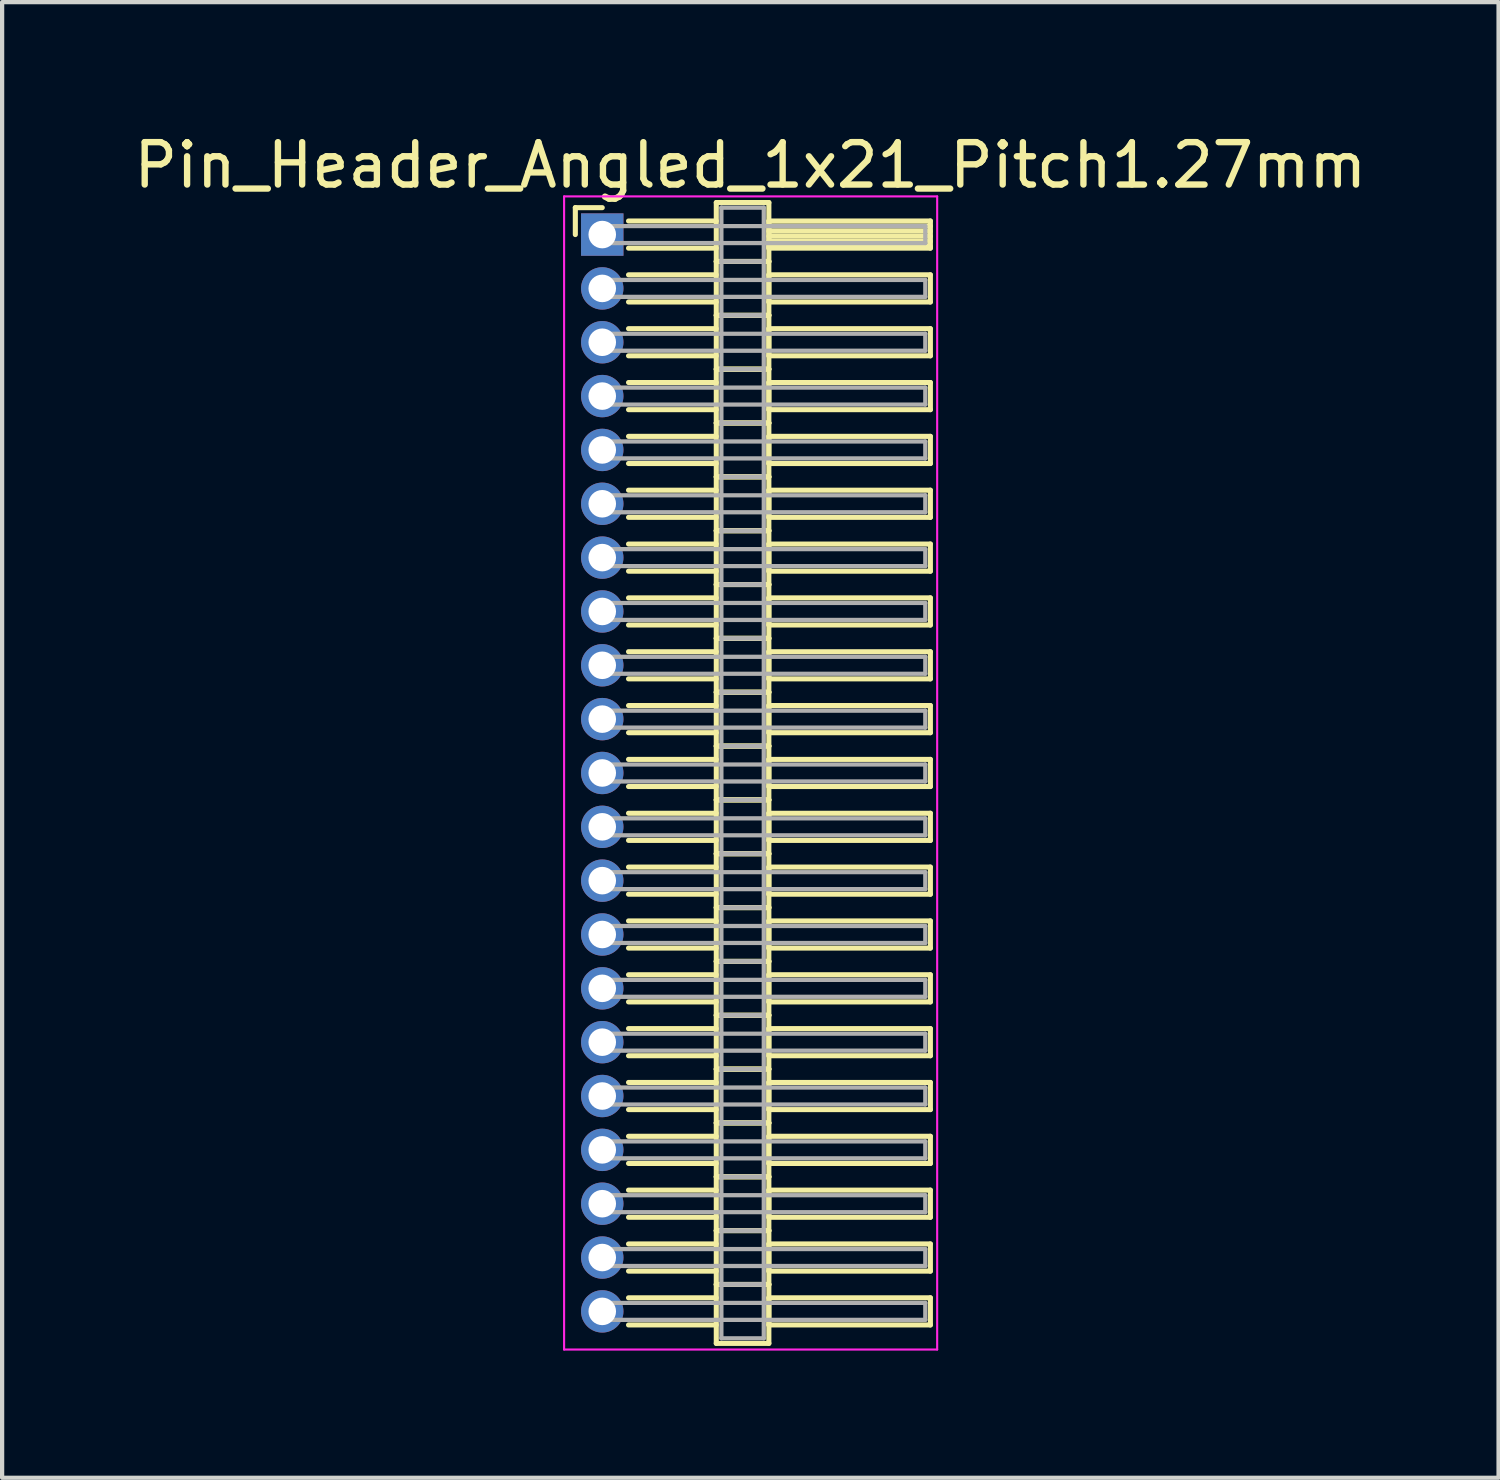
<source format=kicad_pcb>
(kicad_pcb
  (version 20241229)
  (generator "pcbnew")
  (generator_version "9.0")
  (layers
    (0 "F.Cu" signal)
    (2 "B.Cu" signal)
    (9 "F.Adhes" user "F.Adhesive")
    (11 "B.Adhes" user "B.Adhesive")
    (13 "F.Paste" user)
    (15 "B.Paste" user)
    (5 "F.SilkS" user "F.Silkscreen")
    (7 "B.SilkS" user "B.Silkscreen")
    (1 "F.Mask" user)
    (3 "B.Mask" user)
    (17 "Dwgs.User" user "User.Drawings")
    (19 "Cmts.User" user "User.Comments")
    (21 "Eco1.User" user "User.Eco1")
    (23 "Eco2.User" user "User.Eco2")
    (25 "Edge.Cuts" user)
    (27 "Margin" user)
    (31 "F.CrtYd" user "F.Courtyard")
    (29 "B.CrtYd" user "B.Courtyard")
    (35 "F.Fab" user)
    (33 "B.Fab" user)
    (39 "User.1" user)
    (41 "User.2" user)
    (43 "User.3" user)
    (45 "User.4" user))
  (footprint "Pin_Header_Angled_1x21_Pitch1.27mm"
    (layer "F.Cu")
    (at 11.156 2.483)
    (property "Reference" "Pin_Header_Angled_1x21_Pitch1.27mm" (at 3.493 -1.635 0) (layer "F.SilkS") (effects (font (size 1 1) (thickness 0.15))))
    (attr through_hole)
    (fp_line (start -0.635 -0.635) (end 0 -0.635) (stroke (width 0.12) (type solid)) (layer "F.SilkS"))
    (fp_line (start -0.635 0) (end -0.635 -0.635) (stroke (width 0.12) (type solid)) (layer "F.SilkS"))
    (fp_line (start 0.62 -0.32) (end 2.69 -0.32) (stroke (width 0.12) (type solid)) (layer "F.SilkS"))
    (fp_line (start 0.62 0.32) (end 2.69 0.32) (stroke (width 0.12) (type solid)) (layer "F.SilkS"))
    (fp_line (start 0.62 0.95) (end 2.69 0.95) (stroke (width 0.12) (type solid)) (layer "F.SilkS"))
    (fp_line (start 0.62 1.59) (end 2.69 1.59) (stroke (width 0.12) (type solid)) (layer "F.SilkS"))
    (fp_line (start 0.62 2.22) (end 2.69 2.22) (stroke (width 0.12) (type solid)) (layer "F.SilkS"))
    (fp_line (start 0.62 2.86) (end 2.69 2.86) (stroke (width 0.12) (type solid)) (layer "F.SilkS"))
    (fp_line (start 0.62 3.49) (end 2.69 3.49) (stroke (width 0.12) (type solid)) (layer "F.SilkS"))
    (fp_line (start 0.62 4.13) (end 2.69 4.13) (stroke (width 0.12) (type solid)) (layer "F.SilkS"))
    (fp_line (start 0.62 4.76) (end 2.69 4.76) (stroke (width 0.12) (type solid)) (layer "F.SilkS"))
    (fp_line (start 0.62 5.4) (end 2.69 5.4) (stroke (width 0.12) (type solid)) (layer "F.SilkS"))
    (fp_line (start 0.62 6.03) (end 2.69 6.03) (stroke (width 0.12) (type solid)) (layer "F.SilkS"))
    (fp_line (start 0.62 6.67) (end 2.69 6.67) (stroke (width 0.12) (type solid)) (layer "F.SilkS"))
    (fp_line (start 0.62 7.3) (end 2.69 7.3) (stroke (width 0.12) (type solid)) (layer "F.SilkS"))
    (fp_line (start 0.62 7.94) (end 2.69 7.94) (stroke (width 0.12) (type solid)) (layer "F.SilkS"))
    (fp_line (start 0.62 8.57) (end 2.69 8.57) (stroke (width 0.12) (type solid)) (layer "F.SilkS"))
    (fp_line (start 0.62 9.21) (end 2.69 9.21) (stroke (width 0.12) (type solid)) (layer "F.SilkS"))
    (fp_line (start 0.62 9.84) (end 2.69 9.84) (stroke (width 0.12) (type solid)) (layer "F.SilkS"))
    (fp_line (start 0.62 10.48) (end 2.69 10.48) (stroke (width 0.12) (type solid)) (layer "F.SilkS"))
    (fp_line (start 0.62 11.11) (end 2.69 11.11) (stroke (width 0.12) (type solid)) (layer "F.SilkS"))
    (fp_line (start 0.62 11.75) (end 2.69 11.75) (stroke (width 0.12) (type solid)) (layer "F.SilkS"))
    (fp_line (start 0.62 12.38) (end 2.69 12.38) (stroke (width 0.12) (type solid)) (layer "F.SilkS"))
    (fp_line (start 0.62 13.02) (end 2.69 13.02) (stroke (width 0.12) (type solid)) (layer "F.SilkS"))
    (fp_line (start 0.62 13.65) (end 2.69 13.65) (stroke (width 0.12) (type solid)) (layer "F.SilkS"))
    (fp_line (start 0.62 14.29) (end 2.69 14.29) (stroke (width 0.12) (type solid)) (layer "F.SilkS"))
    (fp_line (start 0.62 14.92) (end 2.69 14.92) (stroke (width 0.12) (type solid)) (layer "F.SilkS"))
    (fp_line (start 0.62 15.56) (end 2.69 15.56) (stroke (width 0.12) (type solid)) (layer "F.SilkS"))
    (fp_line (start 0.62 16.19) (end 2.69 16.19) (stroke (width 0.12) (type solid)) (layer "F.SilkS"))
    (fp_line (start 0.62 16.83) (end 2.69 16.83) (stroke (width 0.12) (type solid)) (layer "F.SilkS"))
    (fp_line (start 0.62 17.46) (end 2.69 17.46) (stroke (width 0.12) (type solid)) (layer "F.SilkS"))
    (fp_line (start 0.62 18.1) (end 2.69 18.1) (stroke (width 0.12) (type solid)) (layer "F.SilkS"))
    (fp_line (start 0.62 18.73) (end 2.69 18.73) (stroke (width 0.12) (type solid)) (layer "F.SilkS"))
    (fp_line (start 0.62 19.37) (end 2.69 19.37) (stroke (width 0.12) (type solid)) (layer "F.SilkS"))
    (fp_line (start 0.62 20) (end 2.69 20) (stroke (width 0.12) (type solid)) (layer "F.SilkS"))
    (fp_line (start 0.62 20.64) (end 2.69 20.64) (stroke (width 0.12) (type solid)) (layer "F.SilkS"))
    (fp_line (start 0.62 21.27) (end 2.69 21.27) (stroke (width 0.12) (type solid)) (layer "F.SilkS"))
    (fp_line (start 0.62 21.91) (end 2.69 21.91) (stroke (width 0.12) (type solid)) (layer "F.SilkS"))
    (fp_line (start 0.62 22.54) (end 2.69 22.54) (stroke (width 0.12) (type solid)) (layer "F.SilkS"))
    (fp_line (start 0.62 23.18) (end 2.69 23.18) (stroke (width 0.12) (type solid)) (layer "F.SilkS"))
    (fp_line (start 0.62 23.81) (end 2.69 23.81) (stroke (width 0.12) (type solid)) (layer "F.SilkS"))
    (fp_line (start 0.62 24.45) (end 2.69 24.45) (stroke (width 0.12) (type solid)) (layer "F.SilkS"))
    (fp_line (start 0.62 25.08) (end 2.69 25.08) (stroke (width 0.12) (type solid)) (layer "F.SilkS"))
    (fp_line (start 0.62 25.72) (end 2.69 25.72) (stroke (width 0.12) (type solid)) (layer "F.SilkS"))
    (fp_line (start 2.69 -0.755) (end 2.69 0.635) (stroke (width 0.12) (type solid)) (layer "F.SilkS"))
    (fp_line (start 2.69 0.635) (end 2.69 1.905) (stroke (width 0.12) (type solid)) (layer "F.SilkS"))
    (fp_line (start 2.69 0.635) (end 3.93 0.635) (stroke (width 0.12) (type solid)) (layer "F.SilkS"))
    (fp_line (start 2.69 1.905) (end 2.69 3.175) (stroke (width 0.12) (type solid)) (layer "F.SilkS"))
    (fp_line (start 2.69 1.905) (end 3.93 1.905) (stroke (width 0.12) (type solid)) (layer "F.SilkS"))
    (fp_line (start 2.69 3.175) (end 2.69 4.445) (stroke (width 0.12) (type solid)) (layer "F.SilkS"))
    (fp_line (start 2.69 3.175) (end 3.93 3.175) (stroke (width 0.12) (type solid)) (layer "F.SilkS"))
    (fp_line (start 2.69 4.445) (end 2.69 5.715) (stroke (width 0.12) (type solid)) (layer "F.SilkS"))
    (fp_line (start 2.69 4.445) (end 3.93 4.445) (stroke (width 0.12) (type solid)) (layer "F.SilkS"))
    (fp_line (start 2.69 5.715) (end 2.69 6.985) (stroke (width 0.12) (type solid)) (layer "F.SilkS"))
    (fp_line (start 2.69 5.715) (end 3.93 5.715) (stroke (width 0.12) (type solid)) (layer "F.SilkS"))
    (fp_line (start 2.69 6.985) (end 2.69 8.255) (stroke (width 0.12) (type solid)) (layer "F.SilkS"))
    (fp_line (start 2.69 6.985) (end 3.93 6.985) (stroke (width 0.12) (type solid)) (layer "F.SilkS"))
    (fp_line (start 2.69 8.255) (end 2.69 9.525) (stroke (width 0.12) (type solid)) (layer "F.SilkS"))
    (fp_line (start 2.69 8.255) (end 3.93 8.255) (stroke (width 0.12) (type solid)) (layer "F.SilkS"))
    (fp_line (start 2.69 9.525) (end 2.69 10.795) (stroke (width 0.12) (type solid)) (layer "F.SilkS"))
    (fp_line (start 2.69 9.525) (end 3.93 9.525) (stroke (width 0.12) (type solid)) (layer "F.SilkS"))
    (fp_line (start 2.69 10.795) (end 2.69 12.065) (stroke (width 0.12) (type solid)) (layer "F.SilkS"))
    (fp_line (start 2.69 10.795) (end 3.93 10.795) (stroke (width 0.12) (type solid)) (layer "F.SilkS"))
    (fp_line (start 2.69 12.065) (end 2.69 13.335) (stroke (width 0.12) (type solid)) (layer "F.SilkS"))
    (fp_line (start 2.69 12.065) (end 3.93 12.065) (stroke (width 0.12) (type solid)) (layer "F.SilkS"))
    (fp_line (start 2.69 13.335) (end 2.69 14.605) (stroke (width 0.12) (type solid)) (layer "F.SilkS"))
    (fp_line (start 2.69 13.335) (end 3.93 13.335) (stroke (width 0.12) (type solid)) (layer "F.SilkS"))
    (fp_line (start 2.69 14.605) (end 2.69 15.875) (stroke (width 0.12) (type solid)) (layer "F.SilkS"))
    (fp_line (start 2.69 14.605) (end 3.93 14.605) (stroke (width 0.12) (type solid)) (layer "F.SilkS"))
    (fp_line (start 2.69 15.875) (end 2.69 17.145) (stroke (width 0.12) (type solid)) (layer "F.SilkS"))
    (fp_line (start 2.69 15.875) (end 3.93 15.875) (stroke (width 0.12) (type solid)) (layer "F.SilkS"))
    (fp_line (start 2.69 17.145) (end 2.69 18.415) (stroke (width 0.12) (type solid)) (layer "F.SilkS"))
    (fp_line (start 2.69 17.145) (end 3.93 17.145) (stroke (width 0.12) (type solid)) (layer "F.SilkS"))
    (fp_line (start 2.69 18.415) (end 2.69 19.685) (stroke (width 0.12) (type solid)) (layer "F.SilkS"))
    (fp_line (start 2.69 18.415) (end 3.93 18.415) (stroke (width 0.12) (type solid)) (layer "F.SilkS"))
    (fp_line (start 2.69 19.685) (end 2.69 20.955) (stroke (width 0.12) (type solid)) (layer "F.SilkS"))
    (fp_line (start 2.69 19.685) (end 3.93 19.685) (stroke (width 0.12) (type solid)) (layer "F.SilkS"))
    (fp_line (start 2.69 20.955) (end 2.69 22.225) (stroke (width 0.12) (type solid)) (layer "F.SilkS"))
    (fp_line (start 2.69 20.955) (end 3.93 20.955) (stroke (width 0.12) (type solid)) (layer "F.SilkS"))
    (fp_line (start 2.69 22.225) (end 2.69 23.495) (stroke (width 0.12) (type solid)) (layer "F.SilkS"))
    (fp_line (start 2.69 22.225) (end 3.93 22.225) (stroke (width 0.12) (type solid)) (layer "F.SilkS"))
    (fp_line (start 2.69 23.495) (end 2.69 24.765) (stroke (width 0.12) (type solid)) (layer "F.SilkS"))
    (fp_line (start 2.69 23.495) (end 3.93 23.495) (stroke (width 0.12) (type solid)) (layer "F.SilkS"))
    (fp_line (start 2.69 24.765) (end 2.69 26.155) (stroke (width 0.12) (type solid)) (layer "F.SilkS"))
    (fp_line (start 2.69 24.765) (end 3.93 24.765) (stroke (width 0.12) (type solid)) (layer "F.SilkS"))
    (fp_line (start 2.69 26.155) (end 3.93 26.155) (stroke (width 0.12) (type solid)) (layer "F.SilkS"))
    (fp_line (start 3.93 -0.755) (end 2.69 -0.755) (stroke (width 0.12) (type solid)) (layer "F.SilkS"))
    (fp_line (start 3.93 -0.32) (end 3.93 0.32) (stroke (width 0.12) (type solid)) (layer "F.SilkS"))
    (fp_line (start 3.93 -0.2) (end 7.74 -0.2) (stroke (width 0.12) (type solid)) (layer "F.SilkS"))
    (fp_line (start 3.93 -0.08) (end 7.74 -0.08) (stroke (width 0.12) (type solid)) (layer "F.SilkS"))
    (fp_line (start 3.93 0.04) (end 7.74 0.04) (stroke (width 0.12) (type solid)) (layer "F.SilkS"))
    (fp_line (start 3.93 0.16) (end 7.74 0.16) (stroke (width 0.12) (type solid)) (layer "F.SilkS"))
    (fp_line (start 3.93 0.28) (end 7.74 0.28) (stroke (width 0.12) (type solid)) (layer "F.SilkS"))
    (fp_line (start 3.93 0.32) (end 7.74 0.32) (stroke (width 0.12) (type solid)) (layer "F.SilkS"))
    (fp_line (start 3.93 0.635) (end 2.69 0.635) (stroke (width 0.12) (type solid)) (layer "F.SilkS"))
    (fp_line (start 3.93 0.635) (end 3.93 -0.755) (stroke (width 0.12) (type solid)) (layer "F.SilkS"))
    (fp_line (start 3.93 0.95) (end 3.93 1.59) (stroke (width 0.12) (type solid)) (layer "F.SilkS"))
    (fp_line (start 3.93 1.59) (end 7.74 1.59) (stroke (width 0.12) (type solid)) (layer "F.SilkS"))
    (fp_line (start 3.93 1.905) (end 2.69 1.905) (stroke (width 0.12) (type solid)) (layer "F.SilkS"))
    (fp_line (start 3.93 1.905) (end 3.93 0.635) (stroke (width 0.12) (type solid)) (layer "F.SilkS"))
    (fp_line (start 3.93 2.22) (end 3.93 2.86) (stroke (width 0.12) (type solid)) (layer "F.SilkS"))
    (fp_line (start 3.93 2.86) (end 7.74 2.86) (stroke (width 0.12) (type solid)) (layer "F.SilkS"))
    (fp_line (start 3.93 3.175) (end 2.69 3.175) (stroke (width 0.12) (type solid)) (layer "F.SilkS"))
    (fp_line (start 3.93 3.175) (end 3.93 1.905) (stroke (width 0.12) (type solid)) (layer "F.SilkS"))
    (fp_line (start 3.93 3.49) (end 3.93 4.13) (stroke (width 0.12) (type solid)) (layer "F.SilkS"))
    (fp_line (start 3.93 4.13) (end 7.74 4.13) (stroke (width 0.12) (type solid)) (layer "F.SilkS"))
    (fp_line (start 3.93 4.445) (end 2.69 4.445) (stroke (width 0.12) (type solid)) (layer "F.SilkS"))
    (fp_line (start 3.93 4.445) (end 3.93 3.175) (stroke (width 0.12) (type solid)) (layer "F.SilkS"))
    (fp_line (start 3.93 4.76) (end 3.93 5.4) (stroke (width 0.12) (type solid)) (layer "F.SilkS"))
    (fp_line (start 3.93 5.4) (end 7.74 5.4) (stroke (width 0.12) (type solid)) (layer "F.SilkS"))
    (fp_line (start 3.93 5.715) (end 2.69 5.715) (stroke (width 0.12) (type solid)) (layer "F.SilkS"))
    (fp_line (start 3.93 5.715) (end 3.93 4.445) (stroke (width 0.12) (type solid)) (layer "F.SilkS"))
    (fp_line (start 3.93 6.03) (end 3.93 6.67) (stroke (width 0.12) (type solid)) (layer "F.SilkS"))
    (fp_line (start 3.93 6.67) (end 7.74 6.67) (stroke (width 0.12) (type solid)) (layer "F.SilkS"))
    (fp_line (start 3.93 6.985) (end 2.69 6.985) (stroke (width 0.12) (type solid)) (layer "F.SilkS"))
    (fp_line (start 3.93 6.985) (end 3.93 5.715) (stroke (width 0.12) (type solid)) (layer "F.SilkS"))
    (fp_line (start 3.93 7.3) (end 3.93 7.94) (stroke (width 0.12) (type solid)) (layer "F.SilkS"))
    (fp_line (start 3.93 7.94) (end 7.74 7.94) (stroke (width 0.12) (type solid)) (layer "F.SilkS"))
    (fp_line (start 3.93 8.255) (end 2.69 8.255) (stroke (width 0.12) (type solid)) (layer "F.SilkS"))
    (fp_line (start 3.93 8.255) (end 3.93 6.985) (stroke (width 0.12) (type solid)) (layer "F.SilkS"))
    (fp_line (start 3.93 8.57) (end 3.93 9.21) (stroke (width 0.12) (type solid)) (layer "F.SilkS"))
    (fp_line (start 3.93 9.21) (end 7.74 9.21) (stroke (width 0.12) (type solid)) (layer "F.SilkS"))
    (fp_line (start 3.93 9.525) (end 2.69 9.525) (stroke (width 0.12) (type solid)) (layer "F.SilkS"))
    (fp_line (start 3.93 9.525) (end 3.93 8.255) (stroke (width 0.12) (type solid)) (layer "F.SilkS"))
    (fp_line (start 3.93 9.84) (end 3.93 10.48) (stroke (width 0.12) (type solid)) (layer "F.SilkS"))
    (fp_line (start 3.93 10.48) (end 7.74 10.48) (stroke (width 0.12) (type solid)) (layer "F.SilkS"))
    (fp_line (start 3.93 10.795) (end 2.69 10.795) (stroke (width 0.12) (type solid)) (layer "F.SilkS"))
    (fp_line (start 3.93 10.795) (end 3.93 9.525) (stroke (width 0.12) (type solid)) (layer "F.SilkS"))
    (fp_line (start 3.93 11.11) (end 3.93 11.75) (stroke (width 0.12) (type solid)) (layer "F.SilkS"))
    (fp_line (start 3.93 11.75) (end 7.74 11.75) (stroke (width 0.12) (type solid)) (layer "F.SilkS"))
    (fp_line (start 3.93 12.065) (end 2.69 12.065) (stroke (width 0.12) (type solid)) (layer "F.SilkS"))
    (fp_line (start 3.93 12.065) (end 3.93 10.795) (stroke (width 0.12) (type solid)) (layer "F.SilkS"))
    (fp_line (start 3.93 12.38) (end 3.93 13.02) (stroke (width 0.12) (type solid)) (layer "F.SilkS"))
    (fp_line (start 3.93 13.02) (end 7.74 13.02) (stroke (width 0.12) (type solid)) (layer "F.SilkS"))
    (fp_line (start 3.93 13.335) (end 2.69 13.335) (stroke (width 0.12) (type solid)) (layer "F.SilkS"))
    (fp_line (start 3.93 13.335) (end 3.93 12.065) (stroke (width 0.12) (type solid)) (layer "F.SilkS"))
    (fp_line (start 3.93 13.65) (end 3.93 14.29) (stroke (width 0.12) (type solid)) (layer "F.SilkS"))
    (fp_line (start 3.93 14.29) (end 7.74 14.29) (stroke (width 0.12) (type solid)) (layer "F.SilkS"))
    (fp_line (start 3.93 14.605) (end 2.69 14.605) (stroke (width 0.12) (type solid)) (layer "F.SilkS"))
    (fp_line (start 3.93 14.605) (end 3.93 13.335) (stroke (width 0.12) (type solid)) (layer "F.SilkS"))
    (fp_line (start 3.93 14.92) (end 3.93 15.56) (stroke (width 0.12) (type solid)) (layer "F.SilkS"))
    (fp_line (start 3.93 15.56) (end 7.74 15.56) (stroke (width 0.12) (type solid)) (layer "F.SilkS"))
    (fp_line (start 3.93 15.875) (end 2.69 15.875) (stroke (width 0.12) (type solid)) (layer "F.SilkS"))
    (fp_line (start 3.93 15.875) (end 3.93 14.605) (stroke (width 0.12) (type solid)) (layer "F.SilkS"))
    (fp_line (start 3.93 16.19) (end 3.93 16.83) (stroke (width 0.12) (type solid)) (layer "F.SilkS"))
    (fp_line (start 3.93 16.83) (end 7.74 16.83) (stroke (width 0.12) (type solid)) (layer "F.SilkS"))
    (fp_line (start 3.93 17.145) (end 2.69 17.145) (stroke (width 0.12) (type solid)) (layer "F.SilkS"))
    (fp_line (start 3.93 17.145) (end 3.93 15.875) (stroke (width 0.12) (type solid)) (layer "F.SilkS"))
    (fp_line (start 3.93 17.46) (end 3.93 18.1) (stroke (width 0.12) (type solid)) (layer "F.SilkS"))
    (fp_line (start 3.93 18.1) (end 7.74 18.1) (stroke (width 0.12) (type solid)) (layer "F.SilkS"))
    (fp_line (start 3.93 18.415) (end 2.69 18.415) (stroke (width 0.12) (type solid)) (layer "F.SilkS"))
    (fp_line (start 3.93 18.415) (end 3.93 17.145) (stroke (width 0.12) (type solid)) (layer "F.SilkS"))
    (fp_line (start 3.93 18.73) (end 3.93 19.37) (stroke (width 0.12) (type solid)) (layer "F.SilkS"))
    (fp_line (start 3.93 19.37) (end 7.74 19.37) (stroke (width 0.12) (type solid)) (layer "F.SilkS"))
    (fp_line (start 3.93 19.685) (end 2.69 19.685) (stroke (width 0.12) (type solid)) (layer "F.SilkS"))
    (fp_line (start 3.93 19.685) (end 3.93 18.415) (stroke (width 0.12) (type solid)) (layer "F.SilkS"))
    (fp_line (start 3.93 20) (end 3.93 20.64) (stroke (width 0.12) (type solid)) (layer "F.SilkS"))
    (fp_line (start 3.93 20.64) (end 7.74 20.64) (stroke (width 0.12) (type solid)) (layer "F.SilkS"))
    (fp_line (start 3.93 20.955) (end 2.69 20.955) (stroke (width 0.12) (type solid)) (layer "F.SilkS"))
    (fp_line (start 3.93 20.955) (end 3.93 19.685) (stroke (width 0.12) (type solid)) (layer "F.SilkS"))
    (fp_line (start 3.93 21.27) (end 3.93 21.91) (stroke (width 0.12) (type solid)) (layer "F.SilkS"))
    (fp_line (start 3.93 21.91) (end 7.74 21.91) (stroke (width 0.12) (type solid)) (layer "F.SilkS"))
    (fp_line (start 3.93 22.225) (end 2.69 22.225) (stroke (width 0.12) (type solid)) (layer "F.SilkS"))
    (fp_line (start 3.93 22.225) (end 3.93 20.955) (stroke (width 0.12) (type solid)) (layer "F.SilkS"))
    (fp_line (start 3.93 22.54) (end 3.93 23.18) (stroke (width 0.12) (type solid)) (layer "F.SilkS"))
    (fp_line (start 3.93 23.18) (end 7.74 23.18) (stroke (width 0.12) (type solid)) (layer "F.SilkS"))
    (fp_line (start 3.93 23.495) (end 2.69 23.495) (stroke (width 0.12) (type solid)) (layer "F.SilkS"))
    (fp_line (start 3.93 23.495) (end 3.93 22.225) (stroke (width 0.12) (type solid)) (layer "F.SilkS"))
    (fp_line (start 3.93 23.81) (end 3.93 24.45) (stroke (width 0.12) (type solid)) (layer "F.SilkS"))
    (fp_line (start 3.93 24.45) (end 7.74 24.45) (stroke (width 0.12) (type solid)) (layer "F.SilkS"))
    (fp_line (start 3.93 24.765) (end 2.69 24.765) (stroke (width 0.12) (type solid)) (layer "F.SilkS"))
    (fp_line (start 3.93 24.765) (end 3.93 23.495) (stroke (width 0.12) (type solid)) (layer "F.SilkS"))
    (fp_line (start 3.93 25.08) (end 3.93 25.72) (stroke (width 0.12) (type solid)) (layer "F.SilkS"))
    (fp_line (start 3.93 25.72) (end 7.74 25.72) (stroke (width 0.12) (type solid)) (layer "F.SilkS"))
    (fp_line (start 3.93 26.155) (end 3.93 24.765) (stroke (width 0.12) (type solid)) (layer "F.SilkS"))
    (fp_line (start 7.74 -0.32) (end 3.93 -0.32) (stroke (width 0.12) (type solid)) (layer "F.SilkS"))
    (fp_line (start 7.74 0.32) (end 7.74 -0.32) (stroke (width 0.12) (type solid)) (layer "F.SilkS"))
    (fp_line (start 7.74 0.95) (end 3.93 0.95) (stroke (width 0.12) (type solid)) (layer "F.SilkS"))
    (fp_line (start 7.74 1.59) (end 7.74 0.95) (stroke (width 0.12) (type solid)) (layer "F.SilkS"))
    (fp_line (start 7.74 2.22) (end 3.93 2.22) (stroke (width 0.12) (type solid)) (layer "F.SilkS"))
    (fp_line (start 7.74 2.86) (end 7.74 2.22) (stroke (width 0.12) (type solid)) (layer "F.SilkS"))
    (fp_line (start 7.74 3.49) (end 3.93 3.49) (stroke (width 0.12) (type solid)) (layer "F.SilkS"))
    (fp_line (start 7.74 4.13) (end 7.74 3.49) (stroke (width 0.12) (type solid)) (layer "F.SilkS"))
    (fp_line (start 7.74 4.76) (end 3.93 4.76) (stroke (width 0.12) (type solid)) (layer "F.SilkS"))
    (fp_line (start 7.74 5.4) (end 7.74 4.76) (stroke (width 0.12) (type solid)) (layer "F.SilkS"))
    (fp_line (start 7.74 6.03) (end 3.93 6.03) (stroke (width 0.12) (type solid)) (layer "F.SilkS"))
    (fp_line (start 7.74 6.67) (end 7.74 6.03) (stroke (width 0.12) (type solid)) (layer "F.SilkS"))
    (fp_line (start 7.74 7.3) (end 3.93 7.3) (stroke (width 0.12) (type solid)) (layer "F.SilkS"))
    (fp_line (start 7.74 7.94) (end 7.74 7.3) (stroke (width 0.12) (type solid)) (layer "F.SilkS"))
    (fp_line (start 7.74 8.57) (end 3.93 8.57) (stroke (width 0.12) (type solid)) (layer "F.SilkS"))
    (fp_line (start 7.74 9.21) (end 7.74 8.57) (stroke (width 0.12) (type solid)) (layer "F.SilkS"))
    (fp_line (start 7.74 9.84) (end 3.93 9.84) (stroke (width 0.12) (type solid)) (layer "F.SilkS"))
    (fp_line (start 7.74 10.48) (end 7.74 9.84) (stroke (width 0.12) (type solid)) (layer "F.SilkS"))
    (fp_line (start 7.74 11.11) (end 3.93 11.11) (stroke (width 0.12) (type solid)) (layer "F.SilkS"))
    (fp_line (start 7.74 11.75) (end 7.74 11.11) (stroke (width 0.12) (type solid)) (layer "F.SilkS"))
    (fp_line (start 7.74 12.38) (end 3.93 12.38) (stroke (width 0.12) (type solid)) (layer "F.SilkS"))
    (fp_line (start 7.74 13.02) (end 7.74 12.38) (stroke (width 0.12) (type solid)) (layer "F.SilkS"))
    (fp_line (start 7.74 13.65) (end 3.93 13.65) (stroke (width 0.12) (type solid)) (layer "F.SilkS"))
    (fp_line (start 7.74 14.29) (end 7.74 13.65) (stroke (width 0.12) (type solid)) (layer "F.SilkS"))
    (fp_line (start 7.74 14.92) (end 3.93 14.92) (stroke (width 0.12) (type solid)) (layer "F.SilkS"))
    (fp_line (start 7.74 15.56) (end 7.74 14.92) (stroke (width 0.12) (type solid)) (layer "F.SilkS"))
    (fp_line (start 7.74 16.19) (end 3.93 16.19) (stroke (width 0.12) (type solid)) (layer "F.SilkS"))
    (fp_line (start 7.74 16.83) (end 7.74 16.19) (stroke (width 0.12) (type solid)) (layer "F.SilkS"))
    (fp_line (start 7.74 17.46) (end 3.93 17.46) (stroke (width 0.12) (type solid)) (layer "F.SilkS"))
    (fp_line (start 7.74 18.1) (end 7.74 17.46) (stroke (width 0.12) (type solid)) (layer "F.SilkS"))
    (fp_line (start 7.74 18.73) (end 3.93 18.73) (stroke (width 0.12) (type solid)) (layer "F.SilkS"))
    (fp_line (start 7.74 19.37) (end 7.74 18.73) (stroke (width 0.12) (type solid)) (layer "F.SilkS"))
    (fp_line (start 7.74 20) (end 3.93 20) (stroke (width 0.12) (type solid)) (layer "F.SilkS"))
    (fp_line (start 7.74 20.64) (end 7.74 20) (stroke (width 0.12) (type solid)) (layer "F.SilkS"))
    (fp_line (start 7.74 21.27) (end 3.93 21.27) (stroke (width 0.12) (type solid)) (layer "F.SilkS"))
    (fp_line (start 7.74 21.91) (end 7.74 21.27) (stroke (width 0.12) (type solid)) (layer "F.SilkS"))
    (fp_line (start 7.74 22.54) (end 3.93 22.54) (stroke (width 0.12) (type solid)) (layer "F.SilkS"))
    (fp_line (start 7.74 23.18) (end 7.74 22.54) (stroke (width 0.12) (type solid)) (layer "F.SilkS"))
    (fp_line (start 7.74 23.81) (end 3.93 23.81) (stroke (width 0.12) (type solid)) (layer "F.SilkS"))
    (fp_line (start 7.74 24.45) (end 7.74 23.81) (stroke (width 0.12) (type solid)) (layer "F.SilkS"))
    (fp_line (start 7.74 25.08) (end 3.93 25.08) (stroke (width 0.12) (type solid)) (layer "F.SilkS"))
    (fp_line (start 7.74 25.72) (end 7.74 25.08) (stroke (width 0.12) (type solid)) (layer "F.SilkS"))
    (fp_line (start -0.9 -0.9) (end -0.9 26.3) (stroke (width 0.05) (type solid)) (layer "F.CrtYd"))
    (fp_line (start -0.9 26.3) (end 7.9 26.3) (stroke (width 0.05) (type solid)) (layer "F.CrtYd"))
    (fp_line (start 7.9 -0.9) (end -0.9 -0.9) (stroke (width 0.05) (type solid)) (layer "F.CrtYd"))
    (fp_line (start 7.9 26.3) (end 7.9 -0.9) (stroke (width 0.05) (type solid)) (layer "F.CrtYd"))
    (fp_line (start 0 -0.2) (end 0 0.2) (stroke (width 0.1) (type solid)) (layer "F.Fab"))
    (fp_line (start 0 0.2) (end 7.62 0.2) (stroke (width 0.1) (type solid)) (layer "F.Fab"))
    (fp_line (start 0 1.07) (end 0 1.47) (stroke (width 0.1) (type solid)) (layer "F.Fab"))
    (fp_line (start 0 1.47) (end 7.62 1.47) (stroke (width 0.1) (type solid)) (layer "F.Fab"))
    (fp_line (start 0 2.34) (end 0 2.74) (stroke (width 0.1) (type solid)) (layer "F.Fab"))
    (fp_line (start 0 2.74) (end 7.62 2.74) (stroke (width 0.1) (type solid)) (layer "F.Fab"))
    (fp_line (start 0 3.61) (end 0 4.01) (stroke (width 0.1) (type solid)) (layer "F.Fab"))
    (fp_line (start 0 4.01) (end 7.62 4.01) (stroke (width 0.1) (type solid)) (layer "F.Fab"))
    (fp_line (start 0 4.88) (end 0 5.28) (stroke (width 0.1) (type solid)) (layer "F.Fab"))
    (fp_line (start 0 5.28) (end 7.62 5.28) (stroke (width 0.1) (type solid)) (layer "F.Fab"))
    (fp_line (start 0 6.15) (end 0 6.55) (stroke (width 0.1) (type solid)) (layer "F.Fab"))
    (fp_line (start 0 6.55) (end 7.62 6.55) (stroke (width 0.1) (type solid)) (layer "F.Fab"))
    (fp_line (start 0 7.42) (end 0 7.82) (stroke (width 0.1) (type solid)) (layer "F.Fab"))
    (fp_line (start 0 7.82) (end 7.62 7.82) (stroke (width 0.1) (type solid)) (layer "F.Fab"))
    (fp_line (start 0 8.69) (end 0 9.09) (stroke (width 0.1) (type solid)) (layer "F.Fab"))
    (fp_line (start 0 9.09) (end 7.62 9.09) (stroke (width 0.1) (type solid)) (layer "F.Fab"))
    (fp_line (start 0 9.96) (end 0 10.36) (stroke (width 0.1) (type solid)) (layer "F.Fab"))
    (fp_line (start 0 10.36) (end 7.62 10.36) (stroke (width 0.1) (type solid)) (layer "F.Fab"))
    (fp_line (start 0 11.23) (end 0 11.63) (stroke (width 0.1) (type solid)) (layer "F.Fab"))
    (fp_line (start 0 11.63) (end 7.62 11.63) (stroke (width 0.1) (type solid)) (layer "F.Fab"))
    (fp_line (start 0 12.5) (end 0 12.9) (stroke (width 0.1) (type solid)) (layer "F.Fab"))
    (fp_line (start 0 12.9) (end 7.62 12.9) (stroke (width 0.1) (type solid)) (layer "F.Fab"))
    (fp_line (start 0 13.77) (end 0 14.17) (stroke (width 0.1) (type solid)) (layer "F.Fab"))
    (fp_line (start 0 14.17) (end 7.62 14.17) (stroke (width 0.1) (type solid)) (layer "F.Fab"))
    (fp_line (start 0 15.04) (end 0 15.44) (stroke (width 0.1) (type solid)) (layer "F.Fab"))
    (fp_line (start 0 15.44) (end 7.62 15.44) (stroke (width 0.1) (type solid)) (layer "F.Fab"))
    (fp_line (start 0 16.31) (end 0 16.71) (stroke (width 0.1) (type solid)) (layer "F.Fab"))
    (fp_line (start 0 16.71) (end 7.62 16.71) (stroke (width 0.1) (type solid)) (layer "F.Fab"))
    (fp_line (start 0 17.58) (end 0 17.98) (stroke (width 0.1) (type solid)) (layer "F.Fab"))
    (fp_line (start 0 17.98) (end 7.62 17.98) (stroke (width 0.1) (type solid)) (layer "F.Fab"))
    (fp_line (start 0 18.85) (end 0 19.25) (stroke (width 0.1) (type solid)) (layer "F.Fab"))
    (fp_line (start 0 19.25) (end 7.62 19.25) (stroke (width 0.1) (type solid)) (layer "F.Fab"))
    (fp_line (start 0 20.12) (end 0 20.52) (stroke (width 0.1) (type solid)) (layer "F.Fab"))
    (fp_line (start 0 20.52) (end 7.62 20.52) (stroke (width 0.1) (type solid)) (layer "F.Fab"))
    (fp_line (start 0 21.39) (end 0 21.79) (stroke (width 0.1) (type solid)) (layer "F.Fab"))
    (fp_line (start 0 21.79) (end 7.62 21.79) (stroke (width 0.1) (type solid)) (layer "F.Fab"))
    (fp_line (start 0 22.66) (end 0 23.06) (stroke (width 0.1) (type solid)) (layer "F.Fab"))
    (fp_line (start 0 23.06) (end 7.62 23.06) (stroke (width 0.1) (type solid)) (layer "F.Fab"))
    (fp_line (start 0 23.93) (end 0 24.33) (stroke (width 0.1) (type solid)) (layer "F.Fab"))
    (fp_line (start 0 24.33) (end 7.62 24.33) (stroke (width 0.1) (type solid)) (layer "F.Fab"))
    (fp_line (start 0 25.2) (end 0 25.6) (stroke (width 0.1) (type solid)) (layer "F.Fab"))
    (fp_line (start 0 25.6) (end 7.62 25.6) (stroke (width 0.1) (type solid)) (layer "F.Fab"))
    (fp_line (start 2.81 -0.635) (end 2.81 0.635) (stroke (width 0.1) (type solid)) (layer "F.Fab"))
    (fp_line (start 2.81 0.635) (end 2.81 1.905) (stroke (width 0.1) (type solid)) (layer "F.Fab"))
    (fp_line (start 2.81 0.635) (end 3.81 0.635) (stroke (width 0.1) (type solid)) (layer "F.Fab"))
    (fp_line (start 2.81 1.905) (end 2.81 3.175) (stroke (width 0.1) (type solid)) (layer "F.Fab"))
    (fp_line (start 2.81 1.905) (end 3.81 1.905) (stroke (width 0.1) (type solid)) (layer "F.Fab"))
    (fp_line (start 2.81 3.175) (end 2.81 4.445) (stroke (width 0.1) (type solid)) (layer "F.Fab"))
    (fp_line (start 2.81 3.175) (end 3.81 3.175) (stroke (width 0.1) (type solid)) (layer "F.Fab"))
    (fp_line (start 2.81 4.445) (end 2.81 5.715) (stroke (width 0.1) (type solid)) (layer "F.Fab"))
    (fp_line (start 2.81 4.445) (end 3.81 4.445) (stroke (width 0.1) (type solid)) (layer "F.Fab"))
    (fp_line (start 2.81 5.715) (end 2.81 6.985) (stroke (width 0.1) (type solid)) (layer "F.Fab"))
    (fp_line (start 2.81 5.715) (end 3.81 5.715) (stroke (width 0.1) (type solid)) (layer "F.Fab"))
    (fp_line (start 2.81 6.985) (end 2.81 8.255) (stroke (width 0.1) (type solid)) (layer "F.Fab"))
    (fp_line (start 2.81 6.985) (end 3.81 6.985) (stroke (width 0.1) (type solid)) (layer "F.Fab"))
    (fp_line (start 2.81 8.255) (end 2.81 9.525) (stroke (width 0.1) (type solid)) (layer "F.Fab"))
    (fp_line (start 2.81 8.255) (end 3.81 8.255) (stroke (width 0.1) (type solid)) (layer "F.Fab"))
    (fp_line (start 2.81 9.525) (end 2.81 10.795) (stroke (width 0.1) (type solid)) (layer "F.Fab"))
    (fp_line (start 2.81 9.525) (end 3.81 9.525) (stroke (width 0.1) (type solid)) (layer "F.Fab"))
    (fp_line (start 2.81 10.795) (end 2.81 12.065) (stroke (width 0.1) (type solid)) (layer "F.Fab"))
    (fp_line (start 2.81 10.795) (end 3.81 10.795) (stroke (width 0.1) (type solid)) (layer "F.Fab"))
    (fp_line (start 2.81 12.065) (end 2.81 13.335) (stroke (width 0.1) (type solid)) (layer "F.Fab"))
    (fp_line (start 2.81 12.065) (end 3.81 12.065) (stroke (width 0.1) (type solid)) (layer "F.Fab"))
    (fp_line (start 2.81 13.335) (end 2.81 14.605) (stroke (width 0.1) (type solid)) (layer "F.Fab"))
    (fp_line (start 2.81 13.335) (end 3.81 13.335) (stroke (width 0.1) (type solid)) (layer "F.Fab"))
    (fp_line (start 2.81 14.605) (end 2.81 15.875) (stroke (width 0.1) (type solid)) (layer "F.Fab"))
    (fp_line (start 2.81 14.605) (end 3.81 14.605) (stroke (width 0.1) (type solid)) (layer "F.Fab"))
    (fp_line (start 2.81 15.875) (end 2.81 17.145) (stroke (width 0.1) (type solid)) (layer "F.Fab"))
    (fp_line (start 2.81 15.875) (end 3.81 15.875) (stroke (width 0.1) (type solid)) (layer "F.Fab"))
    (fp_line (start 2.81 17.145) (end 2.81 18.415) (stroke (width 0.1) (type solid)) (layer "F.Fab"))
    (fp_line (start 2.81 17.145) (end 3.81 17.145) (stroke (width 0.1) (type solid)) (layer "F.Fab"))
    (fp_line (start 2.81 18.415) (end 2.81 19.685) (stroke (width 0.1) (type solid)) (layer "F.Fab"))
    (fp_line (start 2.81 18.415) (end 3.81 18.415) (stroke (width 0.1) (type solid)) (layer "F.Fab"))
    (fp_line (start 2.81 19.685) (end 2.81 20.955) (stroke (width 0.1) (type solid)) (layer "F.Fab"))
    (fp_line (start 2.81 19.685) (end 3.81 19.685) (stroke (width 0.1) (type solid)) (layer "F.Fab"))
    (fp_line (start 2.81 20.955) (end 2.81 22.225) (stroke (width 0.1) (type solid)) (layer "F.Fab"))
    (fp_line (start 2.81 20.955) (end 3.81 20.955) (stroke (width 0.1) (type solid)) (layer "F.Fab"))
    (fp_line (start 2.81 22.225) (end 2.81 23.495) (stroke (width 0.1) (type solid)) (layer "F.Fab"))
    (fp_line (start 2.81 22.225) (end 3.81 22.225) (stroke (width 0.1) (type solid)) (layer "F.Fab"))
    (fp_line (start 2.81 23.495) (end 2.81 24.765) (stroke (width 0.1) (type solid)) (layer "F.Fab"))
    (fp_line (start 2.81 23.495) (end 3.81 23.495) (stroke (width 0.1) (type solid)) (layer "F.Fab"))
    (fp_line (start 2.81 24.765) (end 2.81 26.035) (stroke (width 0.1) (type solid)) (layer "F.Fab"))
    (fp_line (start 2.81 24.765) (end 3.81 24.765) (stroke (width 0.1) (type solid)) (layer "F.Fab"))
    (fp_line (start 2.81 26.035) (end 3.81 26.035) (stroke (width 0.1) (type solid)) (layer "F.Fab"))
    (fp_line (start 3.81 -0.635) (end 2.81 -0.635) (stroke (width 0.1) (type solid)) (layer "F.Fab"))
    (fp_line (start 3.81 0.635) (end 2.81 0.635) (stroke (width 0.1) (type solid)) (layer "F.Fab"))
    (fp_line (start 3.81 0.635) (end 3.81 -0.635) (stroke (width 0.1) (type solid)) (layer "F.Fab"))
    (fp_line (start 3.81 1.905) (end 2.81 1.905) (stroke (width 0.1) (type solid)) (layer "F.Fab"))
    (fp_line (start 3.81 1.905) (end 3.81 0.635) (stroke (width 0.1) (type solid)) (layer "F.Fab"))
    (fp_line (start 3.81 3.175) (end 2.81 3.175) (stroke (width 0.1) (type solid)) (layer "F.Fab"))
    (fp_line (start 3.81 3.175) (end 3.81 1.905) (stroke (width 0.1) (type solid)) (layer "F.Fab"))
    (fp_line (start 3.81 4.445) (end 2.81 4.445) (stroke (width 0.1) (type solid)) (layer "F.Fab"))
    (fp_line (start 3.81 4.445) (end 3.81 3.175) (stroke (width 0.1) (type solid)) (layer "F.Fab"))
    (fp_line (start 3.81 5.715) (end 2.81 5.715) (stroke (width 0.1) (type solid)) (layer "F.Fab"))
    (fp_line (start 3.81 5.715) (end 3.81 4.445) (stroke (width 0.1) (type solid)) (layer "F.Fab"))
    (fp_line (start 3.81 6.985) (end 2.81 6.985) (stroke (width 0.1) (type solid)) (layer "F.Fab"))
    (fp_line (start 3.81 6.985) (end 3.81 5.715) (stroke (width 0.1) (type solid)) (layer "F.Fab"))
    (fp_line (start 3.81 8.255) (end 2.81 8.255) (stroke (width 0.1) (type solid)) (layer "F.Fab"))
    (fp_line (start 3.81 8.255) (end 3.81 6.985) (stroke (width 0.1) (type solid)) (layer "F.Fab"))
    (fp_line (start 3.81 9.525) (end 2.81 9.525) (stroke (width 0.1) (type solid)) (layer "F.Fab"))
    (fp_line (start 3.81 9.525) (end 3.81 8.255) (stroke (width 0.1) (type solid)) (layer "F.Fab"))
    (fp_line (start 3.81 10.795) (end 2.81 10.795) (stroke (width 0.1) (type solid)) (layer "F.Fab"))
    (fp_line (start 3.81 10.795) (end 3.81 9.525) (stroke (width 0.1) (type solid)) (layer "F.Fab"))
    (fp_line (start 3.81 12.065) (end 2.81 12.065) (stroke (width 0.1) (type solid)) (layer "F.Fab"))
    (fp_line (start 3.81 12.065) (end 3.81 10.795) (stroke (width 0.1) (type solid)) (layer "F.Fab"))
    (fp_line (start 3.81 13.335) (end 2.81 13.335) (stroke (width 0.1) (type solid)) (layer "F.Fab"))
    (fp_line (start 3.81 13.335) (end 3.81 12.065) (stroke (width 0.1) (type solid)) (layer "F.Fab"))
    (fp_line (start 3.81 14.605) (end 2.81 14.605) (stroke (width 0.1) (type solid)) (layer "F.Fab"))
    (fp_line (start 3.81 14.605) (end 3.81 13.335) (stroke (width 0.1) (type solid)) (layer "F.Fab"))
    (fp_line (start 3.81 15.875) (end 2.81 15.875) (stroke (width 0.1) (type solid)) (layer "F.Fab"))
    (fp_line (start 3.81 15.875) (end 3.81 14.605) (stroke (width 0.1) (type solid)) (layer "F.Fab"))
    (fp_line (start 3.81 17.145) (end 2.81 17.145) (stroke (width 0.1) (type solid)) (layer "F.Fab"))
    (fp_line (start 3.81 17.145) (end 3.81 15.875) (stroke (width 0.1) (type solid)) (layer "F.Fab"))
    (fp_line (start 3.81 18.415) (end 2.81 18.415) (stroke (width 0.1) (type solid)) (layer "F.Fab"))
    (fp_line (start 3.81 18.415) (end 3.81 17.145) (stroke (width 0.1) (type solid)) (layer "F.Fab"))
    (fp_line (start 3.81 19.685) (end 2.81 19.685) (stroke (width 0.1) (type solid)) (layer "F.Fab"))
    (fp_line (start 3.81 19.685) (end 3.81 18.415) (stroke (width 0.1) (type solid)) (layer "F.Fab"))
    (fp_line (start 3.81 20.955) (end 2.81 20.955) (stroke (width 0.1) (type solid)) (layer "F.Fab"))
    (fp_line (start 3.81 20.955) (end 3.81 19.685) (stroke (width 0.1) (type solid)) (layer "F.Fab"))
    (fp_line (start 3.81 22.225) (end 2.81 22.225) (stroke (width 0.1) (type solid)) (layer "F.Fab"))
    (fp_line (start 3.81 22.225) (end 3.81 20.955) (stroke (width 0.1) (type solid)) (layer "F.Fab"))
    (fp_line (start 3.81 23.495) (end 2.81 23.495) (stroke (width 0.1) (type solid)) (layer "F.Fab"))
    (fp_line (start 3.81 23.495) (end 3.81 22.225) (stroke (width 0.1) (type solid)) (layer "F.Fab"))
    (fp_line (start 3.81 24.765) (end 2.81 24.765) (stroke (width 0.1) (type solid)) (layer "F.Fab"))
    (fp_line (start 3.81 24.765) (end 3.81 23.495) (stroke (width 0.1) (type solid)) (layer "F.Fab"))
    (fp_line (start 3.81 26.035) (end 3.81 24.765) (stroke (width 0.1) (type solid)) (layer "F.Fab"))
    (fp_line (start 7.62 -0.2) (end 0 -0.2) (stroke (width 0.1) (type solid)) (layer "F.Fab"))
    (fp_line (start 7.62 0.2) (end 7.62 -0.2) (stroke (width 0.1) (type solid)) (layer "F.Fab"))
    (fp_line (start 7.62 1.07) (end 0 1.07) (stroke (width 0.1) (type solid)) (layer "F.Fab"))
    (fp_line (start 7.62 1.47) (end 7.62 1.07) (stroke (width 0.1) (type solid)) (layer "F.Fab"))
    (fp_line (start 7.62 2.34) (end 0 2.34) (stroke (width 0.1) (type solid)) (layer "F.Fab"))
    (fp_line (start 7.62 2.74) (end 7.62 2.34) (stroke (width 0.1) (type solid)) (layer "F.Fab"))
    (fp_line (start 7.62 3.61) (end 0 3.61) (stroke (width 0.1) (type solid)) (layer "F.Fab"))
    (fp_line (start 7.62 4.01) (end 7.62 3.61) (stroke (width 0.1) (type solid)) (layer "F.Fab"))
    (fp_line (start 7.62 4.88) (end 0 4.88) (stroke (width 0.1) (type solid)) (layer "F.Fab"))
    (fp_line (start 7.62 5.28) (end 7.62 4.88) (stroke (width 0.1) (type solid)) (layer "F.Fab"))
    (fp_line (start 7.62 6.15) (end 0 6.15) (stroke (width 0.1) (type solid)) (layer "F.Fab"))
    (fp_line (start 7.62 6.55) (end 7.62 6.15) (stroke (width 0.1) (type solid)) (layer "F.Fab"))
    (fp_line (start 7.62 7.42) (end 0 7.42) (stroke (width 0.1) (type solid)) (layer "F.Fab"))
    (fp_line (start 7.62 7.82) (end 7.62 7.42) (stroke (width 0.1) (type solid)) (layer "F.Fab"))
    (fp_line (start 7.62 8.69) (end 0 8.69) (stroke (width 0.1) (type solid)) (layer "F.Fab"))
    (fp_line (start 7.62 9.09) (end 7.62 8.69) (stroke (width 0.1) (type solid)) (layer "F.Fab"))
    (fp_line (start 7.62 9.96) (end 0 9.96) (stroke (width 0.1) (type solid)) (layer "F.Fab"))
    (fp_line (start 7.62 10.36) (end 7.62 9.96) (stroke (width 0.1) (type solid)) (layer "F.Fab"))
    (fp_line (start 7.62 11.23) (end 0 11.23) (stroke (width 0.1) (type solid)) (layer "F.Fab"))
    (fp_line (start 7.62 11.63) (end 7.62 11.23) (stroke (width 0.1) (type solid)) (layer "F.Fab"))
    (fp_line (start 7.62 12.5) (end 0 12.5) (stroke (width 0.1) (type solid)) (layer "F.Fab"))
    (fp_line (start 7.62 12.9) (end 7.62 12.5) (stroke (width 0.1) (type solid)) (layer "F.Fab"))
    (fp_line (start 7.62 13.77) (end 0 13.77) (stroke (width 0.1) (type solid)) (layer "F.Fab"))
    (fp_line (start 7.62 14.17) (end 7.62 13.77) (stroke (width 0.1) (type solid)) (layer "F.Fab"))
    (fp_line (start 7.62 15.04) (end 0 15.04) (stroke (width 0.1) (type solid)) (layer "F.Fab"))
    (fp_line (start 7.62 15.44) (end 7.62 15.04) (stroke (width 0.1) (type solid)) (layer "F.Fab"))
    (fp_line (start 7.62 16.31) (end 0 16.31) (stroke (width 0.1) (type solid)) (layer "F.Fab"))
    (fp_line (start 7.62 16.71) (end 7.62 16.31) (stroke (width 0.1) (type solid)) (layer "F.Fab"))
    (fp_line (start 7.62 17.58) (end 0 17.58) (stroke (width 0.1) (type solid)) (layer "F.Fab"))
    (fp_line (start 7.62 17.98) (end 7.62 17.58) (stroke (width 0.1) (type solid)) (layer "F.Fab"))
    (fp_line (start 7.62 18.85) (end 0 18.85) (stroke (width 0.1) (type solid)) (layer "F.Fab"))
    (fp_line (start 7.62 19.25) (end 7.62 18.85) (stroke (width 0.1) (type solid)) (layer "F.Fab"))
    (fp_line (start 7.62 20.12) (end 0 20.12) (stroke (width 0.1) (type solid)) (layer "F.Fab"))
    (fp_line (start 7.62 20.52) (end 7.62 20.12) (stroke (width 0.1) (type solid)) (layer "F.Fab"))
    (fp_line (start 7.62 21.39) (end 0 21.39) (stroke (width 0.1) (type solid)) (layer "F.Fab"))
    (fp_line (start 7.62 21.79) (end 7.62 21.39) (stroke (width 0.1) (type solid)) (layer "F.Fab"))
    (fp_line (start 7.62 22.66) (end 0 22.66) (stroke (width 0.1) (type solid)) (layer "F.Fab"))
    (fp_line (start 7.62 23.06) (end 7.62 22.66) (stroke (width 0.1) (type solid)) (layer "F.Fab"))
    (fp_line (start 7.62 23.93) (end 0 23.93) (stroke (width 0.1) (type solid)) (layer "F.Fab"))
    (fp_line (start 7.62 24.33) (end 7.62 23.93) (stroke (width 0.1) (type solid)) (layer "F.Fab"))
    (fp_line (start 7.62 25.2) (end 0 25.2) (stroke (width 0.1) (type solid)) (layer "F.Fab"))
    (fp_line (start 7.62 25.6) (end 7.62 25.2) (stroke (width 0.1) (type solid)) (layer "F.Fab"))
    (pad "1" thru_hole rect (at 0 0) (size 1 1) (drill 0.65) (layers "*.Cu" "*.Mask"))
    (pad "2" thru_hole oval (at 0 1.27) (size 1 1) (drill 0.65) (layers "*.Cu" "*.Mask"))
    (pad "3" thru_hole oval (at 0 2.54) (size 1 1) (drill 0.65) (layers "*.Cu" "*.Mask"))
    (pad "4" thru_hole oval (at 0 3.81) (size 1 1) (drill 0.65) (layers "*.Cu" "*.Mask"))
    (pad "5" thru_hole oval (at 0 5.08) (size 1 1) (drill 0.65) (layers "*.Cu" "*.Mask"))
    (pad "6" thru_hole oval (at 0 6.35) (size 1 1) (drill 0.65) (layers "*.Cu" "*.Mask"))
    (pad "7" thru_hole oval (at 0 7.62) (size 1 1) (drill 0.65) (layers "*.Cu" "*.Mask"))
    (pad "8" thru_hole oval (at 0 8.89) (size 1 1) (drill 0.65) (layers "*.Cu" "*.Mask"))
    (pad "9" thru_hole oval (at 0 10.16) (size 1 1) (drill 0.65) (layers "*.Cu" "*.Mask"))
    (pad "10" thru_hole oval (at 0 11.43) (size 1 1) (drill 0.65) (layers "*.Cu" "*.Mask"))
    (pad "11" thru_hole oval (at 0 12.7) (size 1 1) (drill 0.65) (layers "*.Cu" "*.Mask"))
    (pad "12" thru_hole oval (at 0 13.97) (size 1 1) (drill 0.65) (layers "*.Cu" "*.Mask"))
    (pad "13" thru_hole oval (at 0 15.24) (size 1 1) (drill 0.65) (layers "*.Cu" "*.Mask"))
    (pad "14" thru_hole oval (at 0 16.51) (size 1 1) (drill 0.65) (layers "*.Cu" "*.Mask"))
    (pad "15" thru_hole oval (at 0 17.78) (size 1 1) (drill 0.65) (layers "*.Cu" "*.Mask"))
    (pad "16" thru_hole oval (at 0 19.05) (size 1 1) (drill 0.65) (layers "*.Cu" "*.Mask"))
    (pad "17" thru_hole oval (at 0 20.32) (size 1 1) (drill 0.65) (layers "*.Cu" "*.Mask"))
    (pad "18" thru_hole oval (at 0 21.59) (size 1 1) (drill 0.65) (layers "*.Cu" "*.Mask"))
    (pad "19" thru_hole oval (at 0 22.86) (size 1 1) (drill 0.65) (layers "*.Cu" "*.Mask"))
    (pad "20" thru_hole oval (at 0 24.13) (size 1 1) (drill 0.65) (layers "*.Cu" "*.Mask"))
    (pad "21" thru_hole oval (at 0 25.4) (size 1 1) (drill 0.65) (layers "*.Cu" "*.Mask")))
  (gr_rect
    (start -3 -3)
    (end 32.298 31.808)
    (stroke (width 0.1) (type default))
    (fill no)
    (layer "Edge.Cuts")))
</source>
